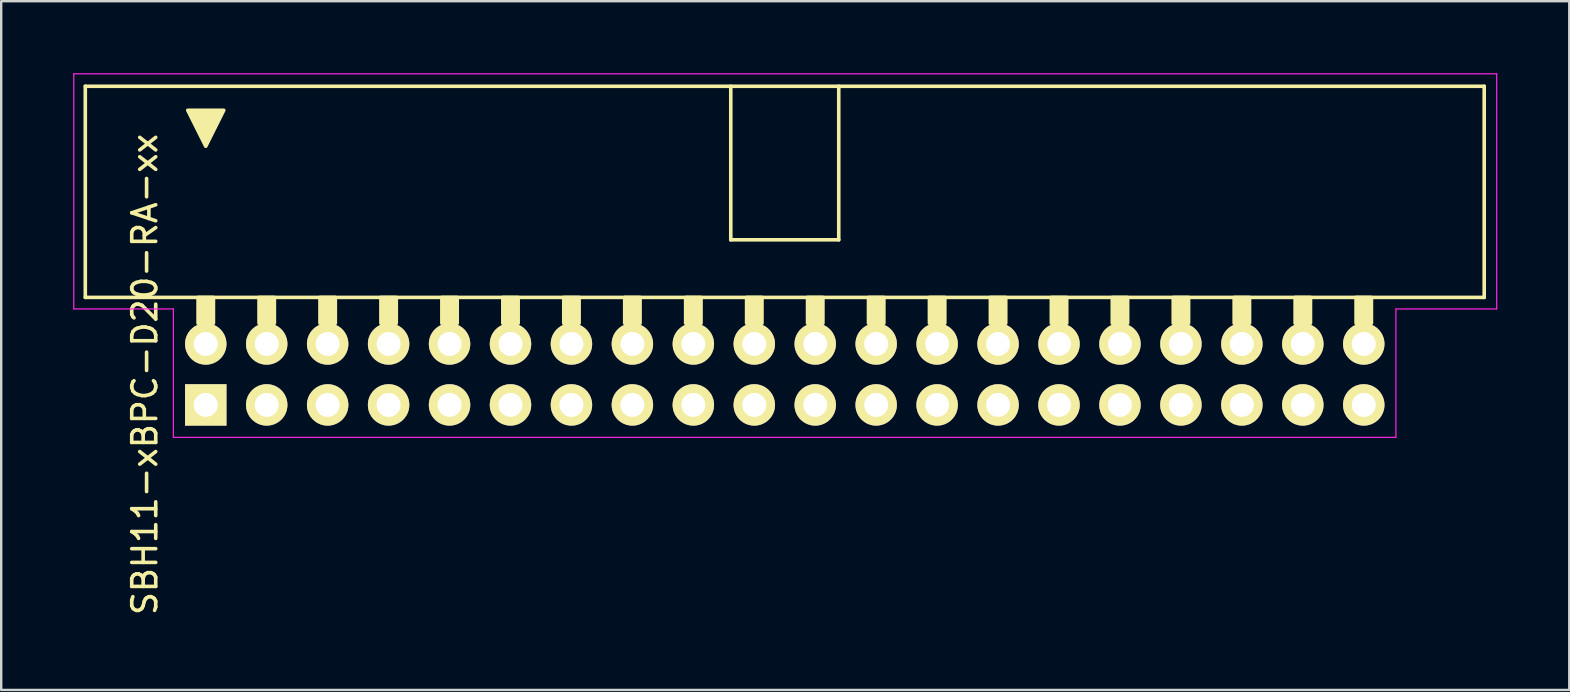
<source format=kicad_pcb>
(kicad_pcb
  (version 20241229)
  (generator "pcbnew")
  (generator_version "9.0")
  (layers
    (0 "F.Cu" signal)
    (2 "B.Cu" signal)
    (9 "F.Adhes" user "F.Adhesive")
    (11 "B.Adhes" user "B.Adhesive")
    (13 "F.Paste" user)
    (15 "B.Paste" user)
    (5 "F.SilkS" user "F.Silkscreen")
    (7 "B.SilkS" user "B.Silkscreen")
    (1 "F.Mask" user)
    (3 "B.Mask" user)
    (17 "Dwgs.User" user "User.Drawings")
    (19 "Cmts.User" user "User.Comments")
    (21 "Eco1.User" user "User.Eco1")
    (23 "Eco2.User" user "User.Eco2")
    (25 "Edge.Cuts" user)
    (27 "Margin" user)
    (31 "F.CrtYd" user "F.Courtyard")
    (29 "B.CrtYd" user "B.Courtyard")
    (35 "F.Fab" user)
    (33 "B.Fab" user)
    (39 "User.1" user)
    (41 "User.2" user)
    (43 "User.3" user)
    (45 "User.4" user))
  (footprint "SBH11-xBPC-D20-RA-xx"
    (layer "F.Cu")
    (at 5.525 13.825)
    (property "Reference" "SBH11-xBPC-D20-RA-xx" (at -2.54 -1.27 270) (layer "F.SilkS") (effects (font (size 1 1) (thickness 0.15))))
    (attr through_hole)
    (fp_line (start -5.02 -13.28) (end -5.02 -4.48) (stroke (width 0.15) (type solid)) (layer "F.SilkS"))
    (fp_line (start -5.02 -13.28) (end 53.28 -13.28) (stroke (width 0.15) (type solid)) (layer "F.SilkS"))
    (fp_line (start -5.02 -4.48) (end 53.28 -4.48) (stroke (width 0.15) (type solid)) (layer "F.SilkS"))
    (fp_line (start 21.88 -6.88) (end 21.88 -13.28) (stroke (width 0.15) (type solid)) (layer "F.SilkS"))
    (fp_line (start 21.88 -6.88) (end 26.38 -6.88) (stroke (width 0.15) (type solid)) (layer "F.SilkS"))
    (fp_line (start 26.38 -6.88) (end 26.38 -13.28) (stroke (width 0.15) (type solid)) (layer "F.SilkS"))
    (fp_line (start 53.28 -13.28) (end 53.28 -4.48) (stroke (width 0.15) (type solid)) (layer "F.SilkS"))
    (fp_poly (pts (xy 0 -10.78) (xy -0.75 -12.28) (xy 0.75 -12.28)) (stroke (width 0.15) (type solid)) (fill yes) (layer "F.SilkS"))
    (fp_poly (pts (xy 0.32 -4.48) (xy -0.32 -4.48) (xy -0.32 -3.404) (xy 0.32 -3.404)) (stroke (width 0.15) (type solid)) (fill yes) (layer "F.SilkS"))
    (fp_poly (pts (xy 2.86 -4.48) (xy 2.22 -4.48) (xy 2.22 -3.404) (xy 2.86 -3.404)) (stroke (width 0.15) (type solid)) (fill yes) (layer "F.SilkS"))
    (fp_poly (pts (xy 5.4 -4.48) (xy 4.76 -4.48) (xy 4.76 -3.404) (xy 5.4 -3.404)) (stroke (width 0.15) (type solid)) (fill yes) (layer "F.SilkS"))
    (fp_poly (pts (xy 7.94 -4.48) (xy 7.3 -4.48) (xy 7.3 -3.404) (xy 7.94 -3.404)) (stroke (width 0.15) (type solid)) (fill yes) (layer "F.SilkS"))
    (fp_poly (pts (xy 10.48 -4.48) (xy 9.84 -4.48) (xy 9.84 -3.404) (xy 10.48 -3.404)) (stroke (width 0.15) (type solid)) (fill yes) (layer "F.SilkS"))
    (fp_poly (pts (xy 13.02 -4.48) (xy 12.38 -4.48) (xy 12.38 -3.404) (xy 13.02 -3.404)) (stroke (width 0.15) (type solid)) (fill yes) (layer "F.SilkS"))
    (fp_poly (pts (xy 15.56 -4.48) (xy 14.92 -4.48) (xy 14.92 -3.404) (xy 15.56 -3.404)) (stroke (width 0.15) (type solid)) (fill yes) (layer "F.SilkS"))
    (fp_poly (pts (xy 18.1 -4.48) (xy 17.46 -4.48) (xy 17.46 -3.404) (xy 18.1 -3.404)) (stroke (width 0.15) (type solid)) (fill yes) (layer "F.SilkS"))
    (fp_poly (pts (xy 20.64 -4.48) (xy 20 -4.48) (xy 20 -3.404) (xy 20.64 -3.404)) (stroke (width 0.15) (type solid)) (fill yes) (layer "F.SilkS"))
    (fp_poly (pts (xy 23.18 -4.48) (xy 22.54 -4.48) (xy 22.54 -3.404) (xy 23.18 -3.404)) (stroke (width 0.15) (type solid)) (fill yes) (layer "F.SilkS"))
    (fp_poly (pts (xy 25.72 -4.48) (xy 25.08 -4.48) (xy 25.08 -3.404) (xy 25.72 -3.404)) (stroke (width 0.15) (type solid)) (fill yes) (layer "F.SilkS"))
    (fp_poly (pts (xy 28.26 -4.48) (xy 27.62 -4.48) (xy 27.62 -3.404) (xy 28.26 -3.404)) (stroke (width 0.15) (type solid)) (fill yes) (layer "F.SilkS"))
    (fp_poly (pts (xy 30.8 -4.48) (xy 30.16 -4.48) (xy 30.16 -3.404) (xy 30.8 -3.404)) (stroke (width 0.15) (type solid)) (fill yes) (layer "F.SilkS"))
    (fp_poly (pts (xy 33.34 -4.48) (xy 32.7 -4.48) (xy 32.7 -3.404) (xy 33.34 -3.404)) (stroke (width 0.15) (type solid)) (fill yes) (layer "F.SilkS"))
    (fp_poly (pts (xy 35.88 -4.48) (xy 35.24 -4.48) (xy 35.24 -3.404) (xy 35.88 -3.404)) (stroke (width 0.15) (type solid)) (fill yes) (layer "F.SilkS"))
    (fp_poly (pts (xy 38.42 -4.48) (xy 37.78 -4.48) (xy 37.78 -3.404) (xy 38.42 -3.404)) (stroke (width 0.15) (type solid)) (fill yes) (layer "F.SilkS"))
    (fp_poly (pts (xy 40.96 -4.48) (xy 40.32 -4.48) (xy 40.32 -3.404) (xy 40.96 -3.404)) (stroke (width 0.15) (type solid)) (fill yes) (layer "F.SilkS"))
    (fp_poly (pts (xy 43.5 -4.48) (xy 42.86 -4.48) (xy 42.86 -3.404) (xy 43.5 -3.404)) (stroke (width 0.15) (type solid)) (fill yes) (layer "F.SilkS"))
    (fp_poly (pts (xy 46.04 -4.48) (xy 45.4 -4.48) (xy 45.4 -3.404) (xy 46.04 -3.404)) (stroke (width 0.15) (type solid)) (fill yes) (layer "F.SilkS"))
    (fp_poly (pts (xy 48.58 -4.48) (xy 47.94 -4.48) (xy 47.94 -3.404) (xy 48.58 -3.404)) (stroke (width 0.15) (type solid)) (fill yes) (layer "F.SilkS"))
    (fp_line (start -5.5 -13.8) (end -5.5 -4) (stroke (width 0.05) (type solid)) (layer "F.CrtYd"))
    (fp_line (start -5.5 -13.8) (end 53.8 -13.8) (stroke (width 0.05) (type solid)) (layer "F.CrtYd"))
    (fp_line (start -5.5 -4) (end -1.35 -4) (stroke (width 0.05) (type solid)) (layer "F.CrtYd"))
    (fp_line (start -1.35 -4) (end -1.35 1.35) (stroke (width 0.05) (type solid)) (layer "F.CrtYd"))
    (fp_line (start -1.35 1.35) (end 49.6 1.35) (stroke (width 0.05) (type solid)) (layer "F.CrtYd"))
    (fp_line (start 49.6 -4) (end 49.6 1.35) (stroke (width 0.05) (type solid)) (layer "F.CrtYd"))
    (fp_line (start 53.8 -13.8) (end 53.8 -4) (stroke (width 0.05) (type solid)) (layer "F.CrtYd"))
    (fp_line (start 53.8 -4) (end 49.6 -4) (stroke (width 0.05) (type solid)) (layer "F.CrtYd"))
    (pad "1" thru_hole rect (at 0 0) (size 1.727 1.727) (drill 1) (layers "*.Cu" "*.Mask" "F.SilkS"))
    (pad "2" thru_hole circle (at 0 -2.54) (size 1.727 1.727) (drill 1) (layers "*.Cu" "*.Mask" "F.SilkS"))
    (pad "3" thru_hole circle (at 2.54 0) (size 1.727 1.727) (drill 1) (layers "*.Cu" "*.Mask" "F.SilkS"))
    (pad "4" thru_hole circle (at 2.54 -2.54) (size 1.727 1.727) (drill 1) (layers "*.Cu" "*.Mask" "F.SilkS"))
    (pad "5" thru_hole circle (at 5.08 0) (size 1.727 1.727) (drill 1) (layers "*.Cu" "*.Mask" "F.SilkS"))
    (pad "6" thru_hole circle (at 5.08 -2.54) (size 1.727 1.727) (drill 1) (layers "*.Cu" "*.Mask" "F.SilkS"))
    (pad "7" thru_hole circle (at 7.62 0) (size 1.727 1.727) (drill 1) (layers "*.Cu" "*.Mask" "F.SilkS"))
    (pad "8" thru_hole circle (at 7.62 -2.54) (size 1.727 1.727) (drill 1) (layers "*.Cu" "*.Mask" "F.SilkS"))
    (pad "9" thru_hole circle (at 10.16 0) (size 1.727 1.727) (drill 1) (layers "*.Cu" "*.Mask" "F.SilkS"))
    (pad "10" thru_hole circle (at 10.16 -2.54) (size 1.727 1.727) (drill 1) (layers "*.Cu" "*.Mask" "F.SilkS"))
    (pad "11" thru_hole circle (at 12.7 0) (size 1.727 1.727) (drill 1) (layers "*.Cu" "*.Mask" "F.SilkS"))
    (pad "12" thru_hole circle (at 12.7 -2.54) (size 1.727 1.727) (drill 1) (layers "*.Cu" "*.Mask" "F.SilkS"))
    (pad "13" thru_hole circle (at 15.24 0) (size 1.727 1.727) (drill 1) (layers "*.Cu" "*.Mask" "F.SilkS"))
    (pad "14" thru_hole circle (at 15.24 -2.54) (size 1.727 1.727) (drill 1) (layers "*.Cu" "*.Mask" "F.SilkS"))
    (pad "15" thru_hole circle (at 17.78 0) (size 1.727 1.727) (drill 1) (layers "*.Cu" "*.Mask" "F.SilkS"))
    (pad "16" thru_hole circle (at 17.78 -2.54) (size 1.727 1.727) (drill 1) (layers "*.Cu" "*.Mask" "F.SilkS"))
    (pad "17" thru_hole circle (at 20.32 0) (size 1.727 1.727) (drill 1) (layers "*.Cu" "*.Mask" "F.SilkS"))
    (pad "18" thru_hole circle (at 20.32 -2.54) (size 1.727 1.727) (drill 1) (layers "*.Cu" "*.Mask" "F.SilkS"))
    (pad "19" thru_hole circle (at 22.86 0) (size 1.727 1.727) (drill 1) (layers "*.Cu" "*.Mask" "F.SilkS"))
    (pad "20" thru_hole circle (at 22.86 -2.54) (size 1.727 1.727) (drill 1) (layers "*.Cu" "*.Mask" "F.SilkS"))
    (pad "21" thru_hole circle (at 25.4 0) (size 1.727 1.727) (drill 1) (layers "*.Cu" "*.Mask" "F.SilkS"))
    (pad "22" thru_hole circle (at 25.4 -2.54) (size 1.727 1.727) (drill 1) (layers "*.Cu" "*.Mask" "F.SilkS"))
    (pad "23" thru_hole circle (at 27.94 0) (size 1.727 1.727) (drill 1) (layers "*.Cu" "*.Mask" "F.SilkS"))
    (pad "24" thru_hole circle (at 27.94 -2.54) (size 1.727 1.727) (drill 1) (layers "*.Cu" "*.Mask" "F.SilkS"))
    (pad "25" thru_hole circle (at 30.48 0) (size 1.727 1.727) (drill 1) (layers "*.Cu" "*.Mask" "F.SilkS"))
    (pad "26" thru_hole circle (at 30.48 -2.54) (size 1.727 1.727) (drill 1) (layers "*.Cu" "*.Mask" "F.SilkS"))
    (pad "27" thru_hole circle (at 33.02 0) (size 1.727 1.727) (drill 1) (layers "*.Cu" "*.Mask" "F.SilkS"))
    (pad "28" thru_hole circle (at 33.02 -2.54) (size 1.727 1.727) (drill 1) (layers "*.Cu" "*.Mask" "F.SilkS"))
    (pad "29" thru_hole circle (at 35.56 0) (size 1.727 1.727) (drill 1) (layers "*.Cu" "*.Mask" "F.SilkS"))
    (pad "30" thru_hole circle (at 35.56 -2.54) (size 1.727 1.727) (drill 1) (layers "*.Cu" "*.Mask" "F.SilkS"))
    (pad "31" thru_hole circle (at 38.1 0) (size 1.727 1.727) (drill 1) (layers "*.Cu" "*.Mask" "F.SilkS"))
    (pad "32" thru_hole circle (at 38.1 -2.54) (size 1.727 1.727) (drill 1) (layers "*.Cu" "*.Mask" "F.SilkS"))
    (pad "33" thru_hole circle (at 40.64 0) (size 1.727 1.727) (drill 1) (layers "*.Cu" "*.Mask" "F.SilkS"))
    (pad "34" thru_hole circle (at 40.64 -2.54) (size 1.727 1.727) (drill 1) (layers "*.Cu" "*.Mask" "F.SilkS"))
    (pad "35" thru_hole circle (at 43.18 0) (size 1.727 1.727) (drill 1) (layers "*.Cu" "*.Mask" "F.SilkS"))
    (pad "36" thru_hole circle (at 43.18 -2.54) (size 1.727 1.727) (drill 1) (layers "*.Cu" "*.Mask" "F.SilkS"))
    (pad "37" thru_hole circle (at 45.72 0) (size 1.727 1.727) (drill 1) (layers "*.Cu" "*.Mask" "F.SilkS"))
    (pad "38" thru_hole circle (at 45.72 -2.54) (size 1.727 1.727) (drill 1) (layers "*.Cu" "*.Mask" "F.SilkS"))
    (pad "39" thru_hole circle (at 48.26 0) (size 1.727 1.727) (drill 1) (layers "*.Cu" "*.Mask" "F.SilkS"))
    (pad "40" thru_hole circle (at 48.26 -2.54) (size 1.727 1.727) (drill 1) (layers "*.Cu" "*.Mask" "F.SilkS")))
  (gr_rect
    (start -3 -3)
    (end 62.35 25.704)
    (stroke (width 0.1) (type default))
    (fill no)
    (layer "Edge.Cuts")))
</source>
